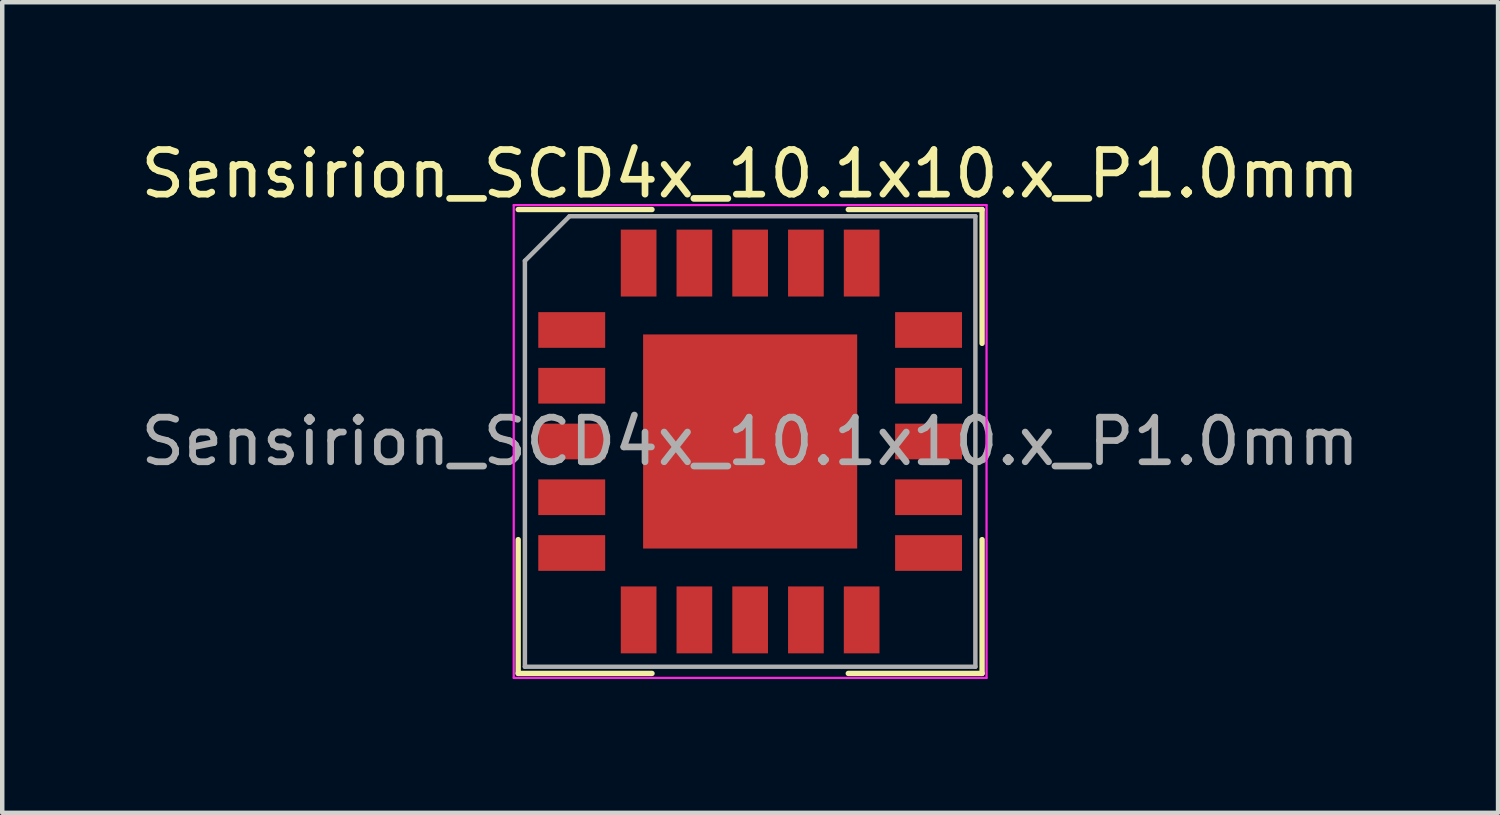
<source format=kicad_pcb>
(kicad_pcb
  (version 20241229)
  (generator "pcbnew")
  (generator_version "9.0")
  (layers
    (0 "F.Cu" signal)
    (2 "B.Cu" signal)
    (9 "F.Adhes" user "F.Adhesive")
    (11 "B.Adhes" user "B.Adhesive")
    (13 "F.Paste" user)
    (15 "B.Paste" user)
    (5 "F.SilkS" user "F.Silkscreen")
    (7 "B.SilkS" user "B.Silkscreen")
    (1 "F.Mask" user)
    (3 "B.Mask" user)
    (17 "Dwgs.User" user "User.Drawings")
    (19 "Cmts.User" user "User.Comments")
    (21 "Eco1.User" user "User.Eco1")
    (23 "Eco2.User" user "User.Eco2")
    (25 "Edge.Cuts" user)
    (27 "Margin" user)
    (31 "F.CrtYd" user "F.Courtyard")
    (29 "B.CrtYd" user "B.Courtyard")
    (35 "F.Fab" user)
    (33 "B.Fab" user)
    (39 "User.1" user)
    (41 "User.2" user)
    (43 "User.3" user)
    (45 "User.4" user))
  (footprint "Sensirion_SCD4x_10.1x10.x_P1.0mm"
    (layer "F.Cu")
    (at 13.768 6.848)
    (property "Reference" "Sensirion_SCD4x_10.1x10.x_P1.0mm" (at 0 -6 0) (unlocked yes) (layer "F.SilkS") (effects (font (size 1 1) (thickness 0.15))))
    (attr smd)
    (fp_line (start -5.2 -5.2) (end -2.2 -5.2) (stroke (width 0.12) (type solid)) (layer "F.SilkS"))
    (fp_line (start -5.2 5.2) (end -5.2 2.2) (stroke (width 0.12) (type solid)) (layer "F.SilkS"))
    (fp_line (start -5.2 5.2) (end -2.2 5.2) (stroke (width 0.12) (type solid)) (layer "F.SilkS"))
    (fp_line (start 5.2 -5.2) (end 2.2 -5.2) (stroke (width 0.12) (type solid)) (layer "F.SilkS"))
    (fp_line (start 5.2 -5.2) (end 5.2 -2.2) (stroke (width 0.12) (type solid)) (layer "F.SilkS"))
    (fp_line (start 5.2 5.2) (end 2.2 5.2) (stroke (width 0.12) (type solid)) (layer "F.SilkS"))
    (fp_line (start 5.2 5.2) (end 5.2 2.2) (stroke (width 0.12) (type solid)) (layer "F.SilkS"))
    (fp_line (start -5.3 -5.3) (end 5.3 -5.3) (stroke (width 0.05) (type solid)) (layer "F.CrtYd"))
    (fp_line (start -5.3 5.3) (end -5.3 -5.3) (stroke (width 0.05) (type solid)) (layer "F.CrtYd"))
    (fp_line (start 5.3 -5.3) (end 5.3 5.3) (stroke (width 0.05) (type solid)) (layer "F.CrtYd"))
    (fp_line (start 5.3 5.3) (end -5.3 5.3) (stroke (width 0.05) (type solid)) (layer "F.CrtYd"))
    (fp_line (start -5.05 -4.05) (end -5.05 5.05) (stroke (width 0.1) (type solid)) (layer "F.Fab"))
    (fp_line (start -5.05 -4.05) (end -4.05 -5.05) (stroke (width 0.1) (type solid)) (layer "F.Fab"))
    (fp_line (start -5.05 5.05) (end 5.05 5.05) (stroke (width 0.1) (type solid)) (layer "F.Fab"))
    (fp_line (start 5.05 -5.05) (end -4.05 -5.05) (stroke (width 0.1) (type solid)) (layer "F.Fab"))
    (fp_line (start 5.05 5.05) (end 5.05 -5.05) (stroke (width 0.1) (type solid)) (layer "F.Fab"))
    (fp_text user "${REFERENCE}" (at 0 0 0) (unlocked yes) (layer "F.Fab") (effects (font (size 1 1) (thickness 0.15))))
    (pad "" smd rect (at -1.25 -1.25 270) (size 1.8 1.8) (layers "F.Cu" "F.Paste"))
    (pad "" smd rect (at -1.25 1.25 270) (size 1.8 1.8) (layers "F.Cu" "F.Paste"))
    (pad "" smd rect (at 1.25 -1.24 270) (size 1.8 1.8) (layers "F.Cu" "F.Paste"))
    (pad "" smd rect (at 1.25 1.25 270) (size 1.8 1.8) (layers "F.Cu" "F.Paste"))
    (pad "1" smd rect (at -4 -2.5) (size 1.5 0.8) (layers "F.Cu" "F.Mask" "F.Paste"))
    (pad "2" smd rect (at -4 -1.25) (size 1.5 0.8) (layers "F.Cu" "F.Mask" "F.Paste"))
    (pad "3" smd rect (at -4 0) (size 1.5 0.8) (layers "F.Cu" "F.Mask" "F.Paste"))
    (pad "4" smd rect (at -4 1.25) (size 1.5 0.8) (layers "F.Cu" "F.Mask" "F.Paste"))
    (pad "5" smd rect (at -4 2.5) (size 1.5 0.8) (layers "F.Cu" "F.Mask" "F.Paste"))
    (pad "6" smd rect (at -2.5 4 90) (size 1.5 0.8) (layers "F.Cu" "F.Mask" "F.Paste"))
    (pad "7" smd rect (at -1.25 4 90) (size 1.5 0.8) (layers "F.Cu" "F.Mask" "F.Paste"))
    (pad "8" smd rect (at 0 4 90) (size 1.5 0.8) (layers "F.Cu" "F.Mask" "F.Paste"))
    (pad "9" smd rect (at 1.25 4 90) (size 1.5 0.8) (layers "F.Cu" "F.Mask" "F.Paste"))
    (pad "10" smd rect (at 2.5 4 90) (size 1.5 0.8) (layers "F.Cu" "F.Mask" "F.Paste"))
    (pad "11" smd rect (at 4 2.5 180) (size 1.5 0.8) (layers "F.Cu" "F.Mask" "F.Paste"))
    (pad "12" smd rect (at 4 1.25 180) (size 1.5 0.8) (layers "F.Cu" "F.Mask" "F.Paste"))
    (pad "13" smd rect (at 4 0 180) (size 1.5 0.8) (layers "F.Cu" "F.Mask" "F.Paste"))
    (pad "14" smd rect (at 4 -1.25 180) (size 1.5 0.8) (layers "F.Cu" "F.Mask" "F.Paste"))
    (pad "15" smd rect (at 4 -2.5 180) (size 1.5 0.8) (layers "F.Cu" "F.Mask" "F.Paste"))
    (pad "16" smd rect (at 2.5 -4 270) (size 1.5 0.8) (layers "F.Cu" "F.Mask" "F.Paste"))
    (pad "17" smd rect (at 1.25 -4 270) (size 1.5 0.8) (layers "F.Cu" "F.Mask" "F.Paste"))
    (pad "18" smd rect (at 0 -4 270) (size 1.5 0.8) (layers "F.Cu" "F.Mask" "F.Paste"))
    (pad "19" smd rect (at -1.25 -4 270) (size 1.5 0.8) (layers "F.Cu" "F.Mask" "F.Paste"))
    (pad "20" smd rect (at -2.5 -4 270) (size 1.5 0.8) (layers "F.Cu" "F.Mask" "F.Paste"))
    (pad "21" smd rect (at 0 0 270) (size 4.8 4.8) (layers "F.Cu" "F.Mask")))
  (gr_rect
    (start -3 -3)
    (end 30.536 15.173)
    (stroke (width 0.1) (type default))
    (fill no)
    (layer "Edge.Cuts")))
</source>
